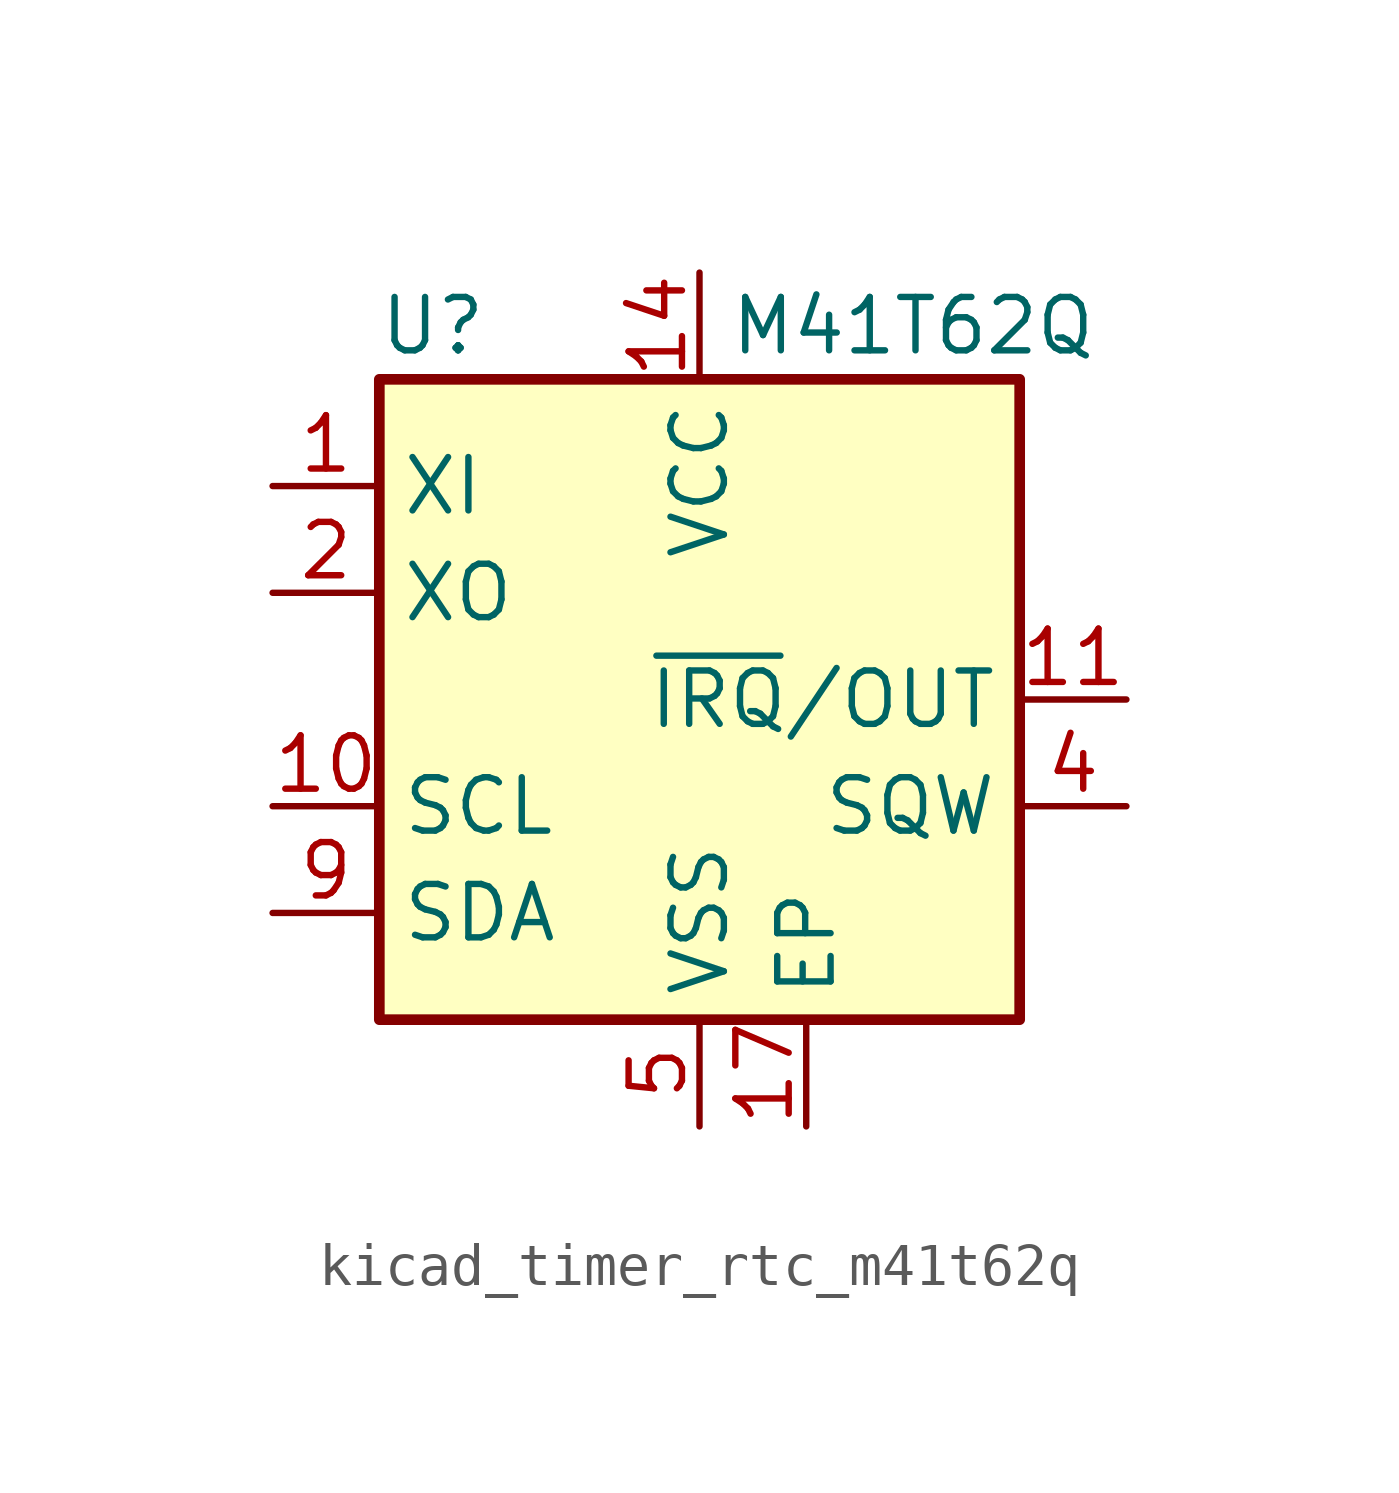
<source format=kicad_sym>
(kicad_symbol_lib
  (version 20220914)
  (generator kicad_symbol_editor)
  (symbol "kicad_timer_rtc_m41t62q"
    (property "Reference" "U"
      (at -6.35 8.89 0)
      (effects (font (size 1.27 1.27))))
    (property "Value" "M41T62Q"
      (at 5.08 8.89 0)
      (effects (font (size 1.27 1.27))))
    (symbol "kicad_timer_rtc_m41t62q_0_1"
      (rectangle (start -7.62 7.62) (end 7.62 -7.62) (stroke (width 0.254) (type default)) (fill (type background))))
    (symbol "kicad_timer_rtc_m41t62q_1_1"
      (pin input line (at -10.16 5.08 0) (length 2.54) (name "XI" (effects (font (size 1.27 1.27)))) (number "1" (effects (font (size 1.27 1.27)))))
      (pin input line (at -10.16 -2.54 0) (length 2.54) (name "SCL" (effects (font (size 1.27 1.27)))) (number "10" (effects (font (size 1.27 1.27)))))
      (pin output line (at 10.16 0 180) (length 2.54) (name "~{IRQ}/OUT" (effects (font (size 1.27 1.27)))) (number "11" (effects (font (size 1.27 1.27)))))
      (pin power_in line (at 0 10.16 270) (length 2.54) (name "VCC" (effects (font (size 1.27 1.27)))) (number "14" (effects (font (size 1.27 1.27)))))
      (pin passive line (at 2.54 -10.16 90) (length 2.54) (name "EP" (effects (font (size 1.27 1.27)))) (number "17" (effects (font (size 1.27 1.27)))))
      (pin input line (at -10.16 2.54 0) (length 2.54) (name "XO" (effects (font (size 1.27 1.27)))) (number "2" (effects (font (size 1.27 1.27)))))
      (pin output line (at 10.16 -2.54 180) (length 2.54) (name "SQW" (effects (font (size 1.27 1.27)))) (number "4" (effects (font (size 1.27 1.27)))))
      (pin power_in line (at 0 -10.16 90) (length 2.54) (name "VSS" (effects (font (size 1.27 1.27)))) (number "5" (effects (font (size 1.27 1.27)))))
      (pin bidirectional line (at -10.16 -5.08 0) (length 2.54) (name "SDA" (effects (font (size 1.27 1.27)))) (number "9" (effects (font (size 1.27 1.27))))))))
</source>
